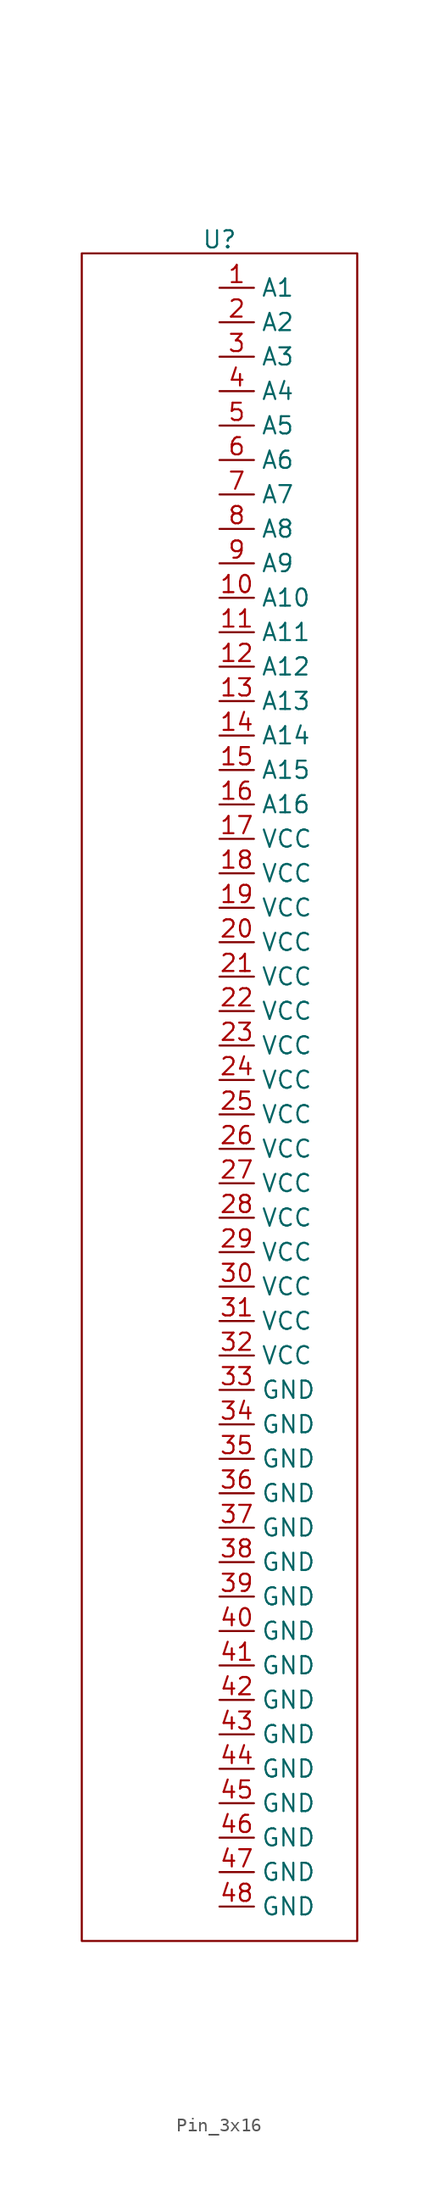
<source format=kicad_sym>
(kicad_symbol_lib
  (version 20241209)
  (generator "kicad_symbol_editor")
  (generator_version "9.0")
  (symbol "Pin_3x16"
    (property "Reference" "U"
      (at 0 3.556 0)
      (effects (font (size 1.27 1.27))))
    (property "Value" ""
      (at 0 0 0)
      (effects (font (size 1.27 1.27))))
    (symbol "Pin_3x16_0_1"
      (rectangle (start -10.16 2.54) (end 10.16 -121.92) (stroke (width 0) (type default)) (fill (type none))))
    (symbol "Pin_3x16_1_0"
      (pin input line (at 0 -7.62 0) (length 2.54) (name "A4" (effects (font (size 1.27 1.27)))) (number "4" (effects (font (size 1.27 1.27)))))
      (pin input line (at 0 -10.16 0) (length 2.54) (name "A5" (effects (font (size 1.27 1.27)))) (number "5" (effects (font (size 1.27 1.27)))))
      (pin input line (at 0 -12.7 0) (length 2.54) (name "A6" (effects (font (size 1.27 1.27)))) (number "6" (effects (font (size 1.27 1.27)))))
      (pin input line (at 0 -15.24 0) (length 2.54) (name "A7" (effects (font (size 1.27 1.27)))) (number "7" (effects (font (size 1.27 1.27)))))
      (pin input line (at 0 -17.78 0) (length 2.54) (name "A8" (effects (font (size 1.27 1.27)))) (number "8" (effects (font (size 1.27 1.27)))))
      (pin input line (at 0 -20.32 0) (length 2.54) (name "A9" (effects (font (size 1.27 1.27)))) (number "9" (effects (font (size 1.27 1.27)))))
      (pin input line (at 0 -22.86 0) (length 2.54) (name "A10" (effects (font (size 1.27 1.27)))) (number "10" (effects (font (size 1.27 1.27)))))
      (pin input line (at 0 -25.4 0) (length 2.54) (name "A11" (effects (font (size 1.27 1.27)))) (number "11" (effects (font (size 1.27 1.27)))))
      (pin input line (at 0 -27.94 0) (length 2.54) (name "A12" (effects (font (size 1.27 1.27)))) (number "12" (effects (font (size 1.27 1.27)))))
      (pin input line (at 0 -30.48 0) (length 2.54) (name "A13" (effects (font (size 1.27 1.27)))) (number "13" (effects (font (size 1.27 1.27)))))
      (pin input line (at 0 -33.02 0) (length 2.54) (name "A14" (effects (font (size 1.27 1.27)))) (number "14" (effects (font (size 1.27 1.27)))))
      (pin input line (at 0 -35.56 0) (length 2.54) (name "A15" (effects (font (size 1.27 1.27)))) (number "15" (effects (font (size 1.27 1.27)))))
      (pin input line (at 0 -38.1 0) (length 2.54) (name "A16" (effects (font (size 1.27 1.27)))) (number "16" (effects (font (size 1.27 1.27)))))
      (pin power_in line (at 0 -40.64 0) (length 2.54) (name "VCC" (effects (font (size 1.27 1.27)))) (number "17" (effects (font (size 1.27 1.27)))))
      (pin power_in line (at 0 -43.18 0) (length 2.54) (name "VCC" (effects (font (size 1.27 1.27)))) (number "18" (effects (font (size 1.27 1.27)))))
      (pin power_in line (at 0 -45.72 0) (length 2.54) (name "VCC" (effects (font (size 1.27 1.27)))) (number "19" (effects (font (size 1.27 1.27)))))
      (pin power_in line (at 0 -48.26 0) (length 2.54) (name "VCC" (effects (font (size 1.27 1.27)))) (number "20" (effects (font (size 1.27 1.27)))))
      (pin power_in line (at 0 -50.8 0) (length 2.54) (name "VCC" (effects (font (size 1.27 1.27)))) (number "21" (effects (font (size 1.27 1.27)))))
      (pin power_in line (at 0 -53.34 0) (length 2.54) (name "VCC" (effects (font (size 1.27 1.27)))) (number "22" (effects (font (size 1.27 1.27)))))
      (pin power_in line (at 0 -55.88 0) (length 2.54) (name "VCC" (effects (font (size 1.27 1.27)))) (number "23" (effects (font (size 1.27 1.27)))))
      (pin power_in line (at 0 -58.42 0) (length 2.54) (name "VCC" (effects (font (size 1.27 1.27)))) (number "24" (effects (font (size 1.27 1.27)))))
      (pin power_in line (at 0 -60.96 0) (length 2.54) (name "VCC" (effects (font (size 1.27 1.27)))) (number "25" (effects (font (size 1.27 1.27)))))
      (pin power_in line (at 0 -63.5 0) (length 2.54) (name "VCC" (effects (font (size 1.27 1.27)))) (number "26" (effects (font (size 1.27 1.27)))))
      (pin power_in line (at 0 -66.04 0) (length 2.54) (name "VCC" (effects (font (size 1.27 1.27)))) (number "27" (effects (font (size 1.27 1.27)))))
      (pin power_in line (at 0 -68.58 0) (length 2.54) (name "VCC" (effects (font (size 1.27 1.27)))) (number "28" (effects (font (size 1.27 1.27)))))
      (pin power_in line (at 0 -71.12 0) (length 2.54) (name "VCC" (effects (font (size 1.27 1.27)))) (number "29" (effects (font (size 1.27 1.27)))))
      (pin power_in line (at 0 -73.66 0) (length 2.54) (name "VCC" (effects (font (size 1.27 1.27)))) (number "30" (effects (font (size 1.27 1.27)))))
      (pin power_in line (at 0 -76.2 0) (length 2.54) (name "VCC" (effects (font (size 1.27 1.27)))) (number "31" (effects (font (size 1.27 1.27)))))
      (pin power_in line (at 0 -78.74 0) (length 2.54) (name "VCC" (effects (font (size 1.27 1.27)))) (number "32" (effects (font (size 1.27 1.27)))))
      (pin power_in line (at 0 -81.28 0) (length 2.54) (name "GND" (effects (font (size 1.27 1.27)))) (number "33" (effects (font (size 1.27 1.27)))))
      (pin power_in line (at 0 -83.82 0) (length 2.54) (name "GND" (effects (font (size 1.27 1.27)))) (number "34" (effects (font (size 1.27 1.27)))))
      (pin power_in line (at 0 -86.36 0) (length 2.54) (name "GND" (effects (font (size 1.27 1.27)))) (number "35" (effects (font (size 1.27 1.27)))))
      (pin power_in line (at 0 -88.9 0) (length 2.54) (name "GND" (effects (font (size 1.27 1.27)))) (number "36" (effects (font (size 1.27 1.27)))))
      (pin power_in line (at 0 -91.44 0) (length 2.54) (name "GND" (effects (font (size 1.27 1.27)))) (number "37" (effects (font (size 1.27 1.27)))))
      (pin power_in line (at 0 -93.98 0) (length 2.54) (name "GND" (effects (font (size 1.27 1.27)))) (number "38" (effects (font (size 1.27 1.27)))))
      (pin power_in line (at 0 -96.52 0) (length 2.54) (name "GND" (effects (font (size 1.27 1.27)))) (number "39" (effects (font (size 1.27 1.27)))))
      (pin power_in line (at 0 -99.06 0) (length 2.54) (name "GND" (effects (font (size 1.27 1.27)))) (number "40" (effects (font (size 1.27 1.27)))))
      (pin power_in line (at 0 -101.6 0) (length 2.54) (name "GND" (effects (font (size 1.27 1.27)))) (number "41" (effects (font (size 1.27 1.27)))))
      (pin power_in line (at 0 -104.14 0) (length 2.54) (name "GND" (effects (font (size 1.27 1.27)))) (number "42" (effects (font (size 1.27 1.27)))))
      (pin power_in line (at 0 -106.68 0) (length 2.54) (name "GND" (effects (font (size 1.27 1.27)))) (number "43" (effects (font (size 1.27 1.27)))))
      (pin power_in line (at 0 -109.22 0) (length 2.54) (name "GND" (effects (font (size 1.27 1.27)))) (number "44" (effects (font (size 1.27 1.27)))))
      (pin power_in line (at 0 -111.76 0) (length 2.54) (name "GND" (effects (font (size 1.27 1.27)))) (number "45" (effects (font (size 1.27 1.27)))))
      (pin power_in line (at 0 -114.3 0) (length 2.54) (name "GND" (effects (font (size 1.27 1.27)))) (number "46" (effects (font (size 1.27 1.27)))))
      (pin power_in line (at 0 -116.84 0) (length 2.54) (name "GND" (effects (font (size 1.27 1.27)))) (number "47" (effects (font (size 1.27 1.27)))))
      (pin power_in line (at 0 -119.38 0) (length 2.54) (name "GND" (effects (font (size 1.27 1.27)))) (number "48" (effects (font (size 1.27 1.27))))))
    (symbol "Pin_3x16_1_1"
      (pin input line (at 0 0 0) (length 2.54) (name "A1" (effects (font (size 1.27 1.27)))) (number "1" (effects (font (size 1.27 1.27)))))
      (pin input line (at 0 -2.54 0) (length 2.54) (name "A2" (effects (font (size 1.27 1.27)))) (number "2" (effects (font (size 1.27 1.27)))))
      (pin input line (at 0 -5.08 0) (length 2.54) (name "A3" (effects (font (size 1.27 1.27)))) (number "3" (effects (font (size 1.27 1.27))))))))
</source>
